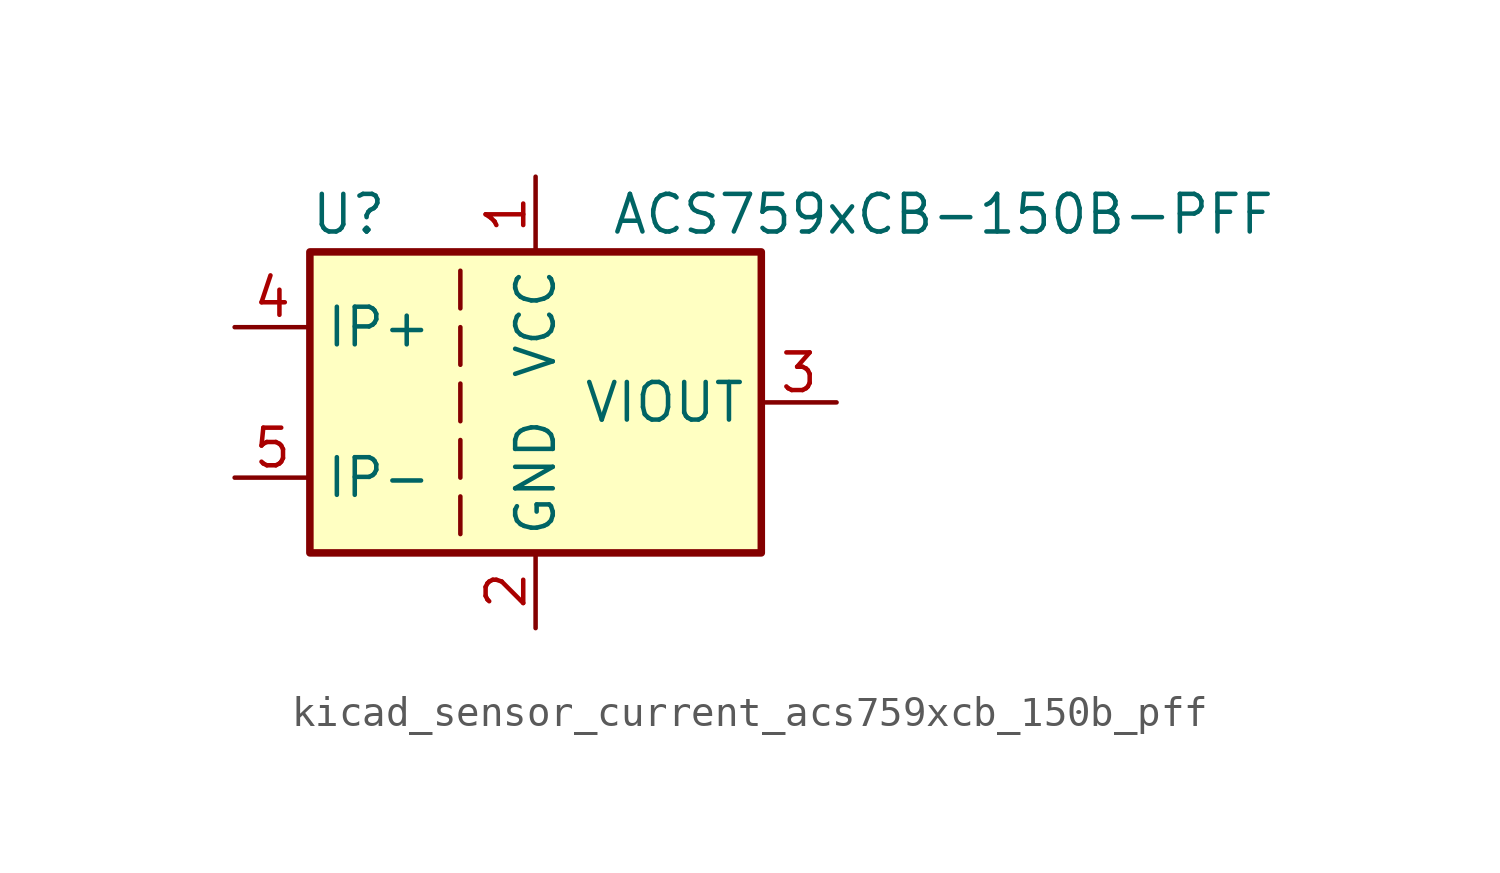
<source format=kicad_sym>
(kicad_symbol_lib
  (version 20220914)
  (generator kicad_symbol_editor)
  (symbol "kicad_sensor_current_acs759xcb_150b_pff"
    (property "Reference" "U"
      (at -7.62 6.35 0)
      (effects (font (size 1.27 1.27)) (justify left)))
    (property "Value" "ACS759xCB-150B-PFF"
      (at 2.54 6.35 0)
      (effects (font (size 1.27 1.27)) (justify left)))
    (symbol "kicad_sensor_current_acs759xcb_150b_pff_0_1"
      (rectangle (start -7.62 5.08) (end 7.62 -5.08) (stroke (width 0.254) (type default)) (fill (type background)))
      (polyline (pts (xy -2.54 -3.175) (xy -2.54 -4.445)) (stroke (width 0) (type default)) (fill (type none)))
      (polyline (pts (xy -2.54 -1.27) (xy -2.54 -2.54)) (stroke (width 0) (type default)) (fill (type none)))
      (polyline (pts (xy -2.54 0.635) (xy -2.54 -0.635)) (stroke (width 0) (type default)) (fill (type none)))
      (polyline (pts (xy -2.54 1.27) (xy -2.54 2.54)) (stroke (width 0) (type default)) (fill (type none)))
      (polyline (pts (xy -2.54 3.175) (xy -2.54 4.445)) (stroke (width 0) (type default)) (fill (type none))))
    (symbol "kicad_sensor_current_acs759xcb_150b_pff_1_1"
      (pin power_in line (at 0 7.62 270) (length 2.54) (name "VCC" (effects (font (size 1.27 1.27)))) (number "1" (effects (font (size 1.27 1.27)))))
      (pin power_in line (at 0 -7.62 90) (length 2.54) (name "GND" (effects (font (size 1.27 1.27)))) (number "2" (effects (font (size 1.27 1.27)))))
      (pin output line (at 10.16 0 180) (length 2.54) (name "VIOUT" (effects (font (size 1.27 1.27)))) (number "3" (effects (font (size 1.27 1.27)))))
      (pin passive line (at -10.16 2.54 0) (length 2.54) (name "IP+" (effects (font (size 1.27 1.27)))) (number "4" (effects (font (size 1.27 1.27)))))
      (pin passive line (at -10.16 -2.54 0) (length 2.54) (name "IP-" (effects (font (size 1.27 1.27)))) (number "5" (effects (font (size 1.27 1.27))))))))
</source>
